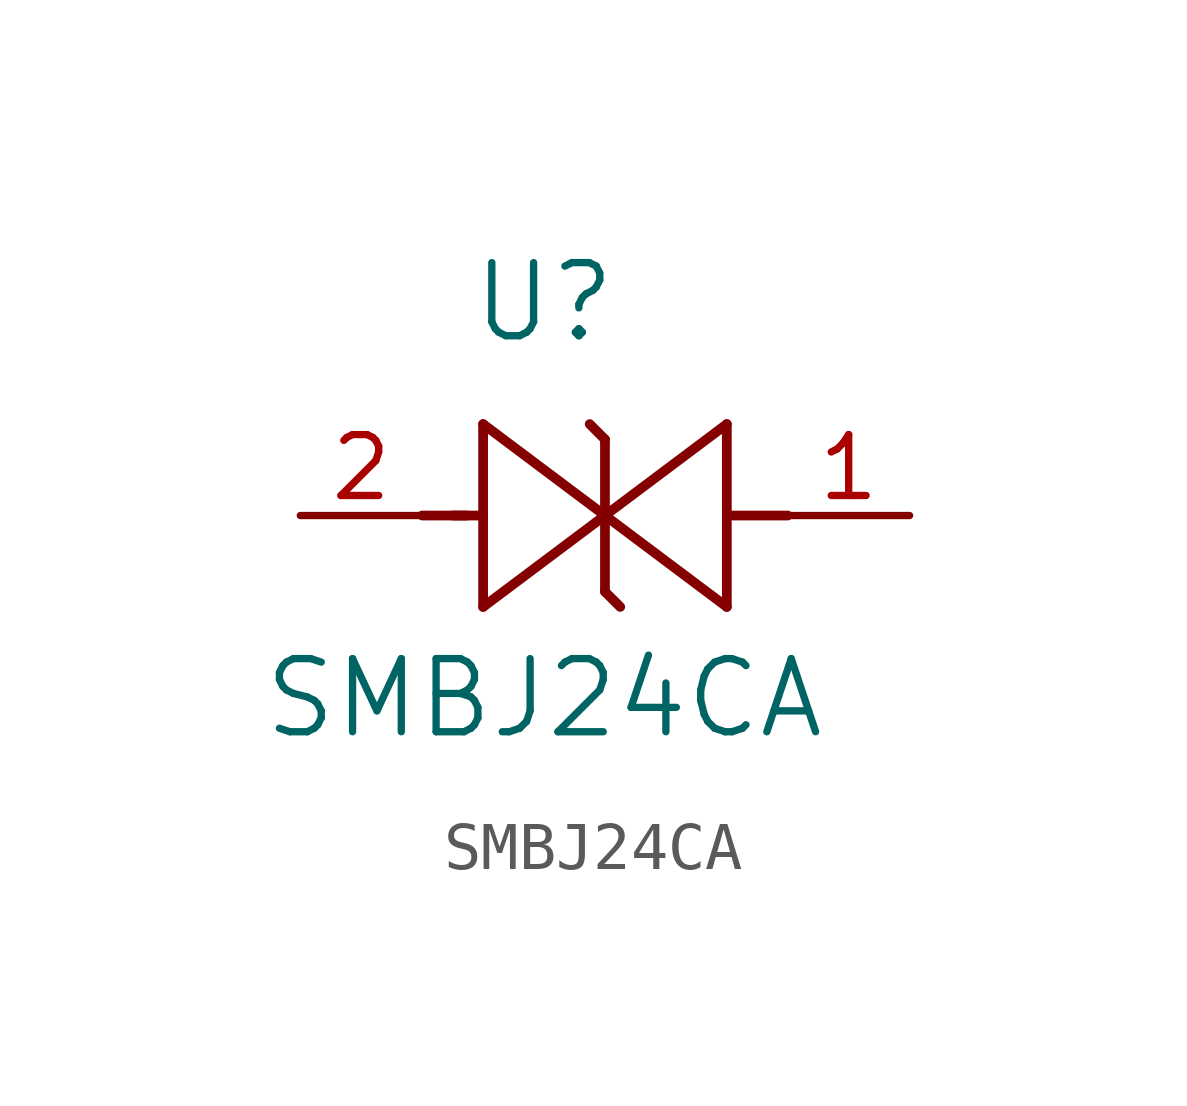
<source format=kicad_sym>
(kicad_symbol_lib
  (version 20211014)
  (generator kicad_symbol_editor)
  (symbol "SMBJ24CA"
    (pin_names
      (offset 0.254))
    (property "Reference" "U"
      (at 5.08 4.445 0)
      (effects (font (size 1.524 1.524))))
    (property "Value" "SMBJ24CA"
      (at 5.08 -3.81 0)
      (effects (font (size 1.524 1.524))))
    (symbol "SMBJ24CA_0_1"
      (polyline (pts (xy 2.54 0) (xy 3.48 0)) (stroke (width 0.203) (type default) (color 0 0 0 0)) (fill (type none)))
      (polyline (pts (xy 3.81 1.905) (xy 3.81 -1.905)) (stroke (width 0.203) (type default) (color 0 0 0 0)) (fill (type none)))
      (polyline (pts (xy 3.175 0) (xy 3.81 0)) (stroke (width 0.203) (type default) (color 0 0 0 0)) (fill (type none)))
      (polyline (pts (xy 6.35 1.587) (xy 6.032 1.905)) (stroke (width 0.203) (type default) (color 0 0 0 0)) (fill (type none)))
      (polyline (pts (xy 8.89 0) (xy 10.16 0)) (stroke (width 0.203) (type default) (color 0 0 0 0)) (fill (type none)))
      (polyline (pts (xy 6.35 0) (xy 3.81 1.905)) (stroke (width 0.203) (type default) (color 0 0 0 0)) (fill (type none)))
      (polyline (pts (xy 3.81 -1.905) (xy 6.35 0)) (stroke (width 0.203) (type default) (color 0 0 0 0)) (fill (type none)))
      (polyline (pts (xy 8.89 -1.905) (xy 8.89 1.905)) (stroke (width 0.203) (type default) (color 0 0 0 0)) (fill (type none)))
      (polyline (pts (xy 6.35 1.587) (xy 6.35 -1.587)) (stroke (width 0.203) (type default) (color 0 0 0 0)) (fill (type none)))
      (polyline (pts (xy 6.35 0) (xy 8.89 -1.905)) (stroke (width 0.203) (type default) (color 0 0 0 0)) (fill (type none)))
      (polyline (pts (xy 8.89 1.905) (xy 6.35 0)) (stroke (width 0.203) (type default) (color 0 0 0 0)) (fill (type none)))
      (polyline (pts (xy 6.35 -1.587) (xy 6.668 -1.905)) (stroke (width 0.203) (type default) (color 0 0 0 0)) (fill (type none)))
      (pin unspecified line (at 12.7 0 180) (length 2.54) (name "" (effects (font (size 1.27 1.27)))) (number "1" (effects (font (size 1.27 1.27)))))
      (pin unspecified line (at 0 0 0) (length 2.54) (name "" (effects (font (size 1.27 1.27)))) (number "2" (effects (font (size 1.27 1.27))))))))
</source>
